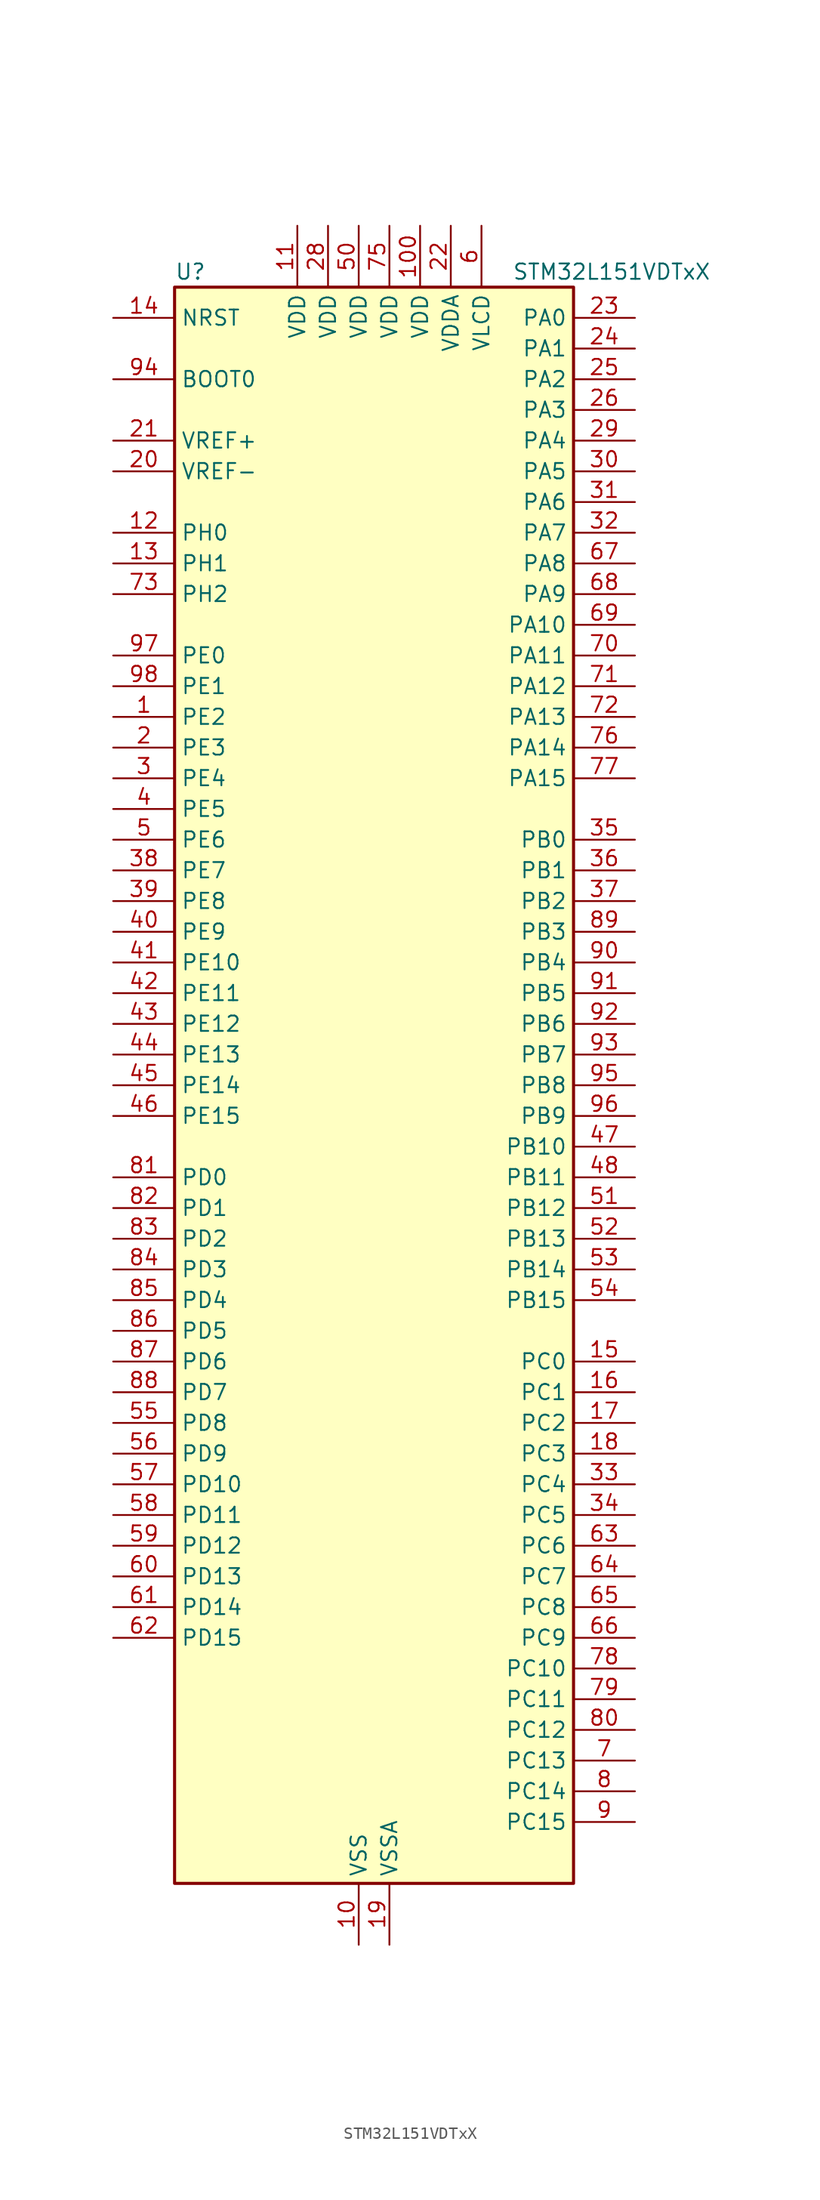
<source format=kicad_sym>
(kicad_symbol_lib
  (version 20231120)
  (generator "kicad-library-utils")
  (generator_version "8.0")
  (symbol "STM32L151VDTxX"
    (property "Reference" "U"
      (at -15.24 67.31 0)
      (effects (font (size 1.27 1.27)) (justify left)))
    (property "Value" "STM32L151VDTxX"
      (at 12.7 67.31 0)
      (effects (font (size 1.27 1.27)) (justify left)))
    (symbol "STM32L151VDTxX_0_1"
      (rectangle (start -15.24 -66.04) (end 17.78 66.04) (stroke (width 0.254) (type default)) (fill (type background))))
    (symbol "STM32L151VDTxX_1_1"
      (pin bidirectional line (at -20.32 30.48 0) (length 5.08) (name "PE2" (effects (font (size 1.27 1.27)))) (number "1" (effects (font (size 1.27 1.27)))) (alternate "SYS_TRACECK" bidirectional line) (alternate "TIM3_ETR" bidirectional line) (alternate "TIMX_IC3" bidirectional line))
      (pin power_in line (at 0 -71.12 90) (length 5.08) (name "VSS" (effects (font (size 1.27 1.27)))) (number "10" (effects (font (size 1.27 1.27)))))
      (pin power_in line (at 5.08 71.12 270) (length 5.08) (name "VDD" (effects (font (size 1.27 1.27)))) (number "100" (effects (font (size 1.27 1.27)))))
      (pin power_in line (at -5.08 71.12 270) (length 5.08) (name "VDD" (effects (font (size 1.27 1.27)))) (number "11" (effects (font (size 1.27 1.27)))))
      (pin bidirectional line (at -20.32 45.72 0) (length 5.08) (name "PH0" (effects (font (size 1.27 1.27)))) (number "12" (effects (font (size 1.27 1.27)))) (alternate "RCC_OSC_IN" bidirectional line))
      (pin bidirectional line (at -20.32 43.18 0) (length 5.08) (name "PH1" (effects (font (size 1.27 1.27)))) (number "13" (effects (font (size 1.27 1.27)))) (alternate "RCC_OSC_OUT" bidirectional line))
      (pin input line (at -20.32 63.5 0) (length 5.08) (name "NRST" (effects (font (size 1.27 1.27)))) (number "14" (effects (font (size 1.27 1.27)))))
      (pin bidirectional line (at 22.86 -22.86 180) (length 5.08) (name "PC0" (effects (font (size 1.27 1.27)))) (number "15" (effects (font (size 1.27 1.27)))) (alternate "ADC_IN10" bidirectional line) (alternate "COMP1_INP" bidirectional line) (alternate "TIMX_IC1" bidirectional line) (alternate "TS_G8_IO1" bidirectional line))
      (pin bidirectional line (at 22.86 -25.4 180) (length 5.08) (name "PC1" (effects (font (size 1.27 1.27)))) (number "16" (effects (font (size 1.27 1.27)))) (alternate "ADC_IN11" bidirectional line) (alternate "COMP1_INP" bidirectional line) (alternate "TIMX_IC2" bidirectional line) (alternate "TS_G8_IO2" bidirectional line))
      (pin bidirectional line (at 22.86 -27.94 180) (length 5.08) (name "PC2" (effects (font (size 1.27 1.27)))) (number "17" (effects (font (size 1.27 1.27)))) (alternate "ADC_IN12" bidirectional line) (alternate "COMP1_INP" bidirectional line) (alternate "TIMX_IC3" bidirectional line) (alternate "TS_G8_IO3" bidirectional line))
      (pin bidirectional line (at 22.86 -30.48 180) (length 5.08) (name "PC3" (effects (font (size 1.27 1.27)))) (number "18" (effects (font (size 1.27 1.27)))) (alternate "ADC_IN13" bidirectional line) (alternate "COMP1_INP" bidirectional line) (alternate "TIMX_IC4" bidirectional line) (alternate "TS_G8_IO4" bidirectional line))
      (pin power_in line (at 2.54 -71.12 90) (length 5.08) (name "VSSA" (effects (font (size 1.27 1.27)))) (number "19" (effects (font (size 1.27 1.27)))))
      (pin bidirectional line (at -20.32 27.94 0) (length 5.08) (name "PE3" (effects (font (size 1.27 1.27)))) (number "2" (effects (font (size 1.27 1.27)))) (alternate "SYS_TRACED0" bidirectional line) (alternate "TIM3_CH1" bidirectional line) (alternate "TIMX_IC4" bidirectional line))
      (pin input line (at -20.32 50.8 0) (length 5.08) (name "VREF-" (effects (font (size 1.27 1.27)))) (number "20" (effects (font (size 1.27 1.27)))))
      (pin input line (at -20.32 53.34 0) (length 5.08) (name "VREF+" (effects (font (size 1.27 1.27)))) (number "21" (effects (font (size 1.27 1.27)))))
      (pin power_in line (at 7.62 71.12 270) (length 5.08) (name "VDDA" (effects (font (size 1.27 1.27)))) (number "22" (effects (font (size 1.27 1.27)))))
      (pin bidirectional line (at 22.86 63.5 180) (length 5.08) (name "PA0" (effects (font (size 1.27 1.27)))) (number "23" (effects (font (size 1.27 1.27)))) (alternate "ADC_IN0" bidirectional line) (alternate "COMP1_INP" bidirectional line) (alternate "RTC_TAMP2" bidirectional line) (alternate "SYS_WKUP1" bidirectional line) (alternate "TIM2_CH1" bidirectional line) (alternate "TIM2_ETR" bidirectional line) (alternate "TIM5_CH1" bidirectional line) (alternate "TIMX_IC1" bidirectional line) (alternate "TS_G1_IO1" bidirectional line) (alternate "USART2_CTS" bidirectional line))
      (pin bidirectional line (at 22.86 60.96 180) (length 5.08) (name "PA1" (effects (font (size 1.27 1.27)))) (number "24" (effects (font (size 1.27 1.27)))) (alternate "ADC_IN1" bidirectional line) (alternate "COMP1_INP" bidirectional line) (alternate "OPAMP1_VINP" bidirectional line) (alternate "TIM2_CH2" bidirectional line) (alternate "TIM5_CH2" bidirectional line) (alternate "TIMX_IC2" bidirectional line) (alternate "TS_G1_IO2" bidirectional line) (alternate "USART2_RTS" bidirectional line))
      (pin bidirectional line (at 22.86 58.42 180) (length 5.08) (name "PA2" (effects (font (size 1.27 1.27)))) (number "25" (effects (font (size 1.27 1.27)))) (alternate "ADC_IN2" bidirectional line) (alternate "COMP1_INP" bidirectional line) (alternate "OPAMP1_VINM" bidirectional line) (alternate "TIM2_CH3" bidirectional line) (alternate "TIM5_CH3" bidirectional line) (alternate "TIM9_CH1" bidirectional line) (alternate "TIMX_IC3" bidirectional line) (alternate "TS_G1_IO3" bidirectional line) (alternate "USART2_TX" bidirectional line))
      (pin bidirectional line (at 22.86 55.88 180) (length 5.08) (name "PA3" (effects (font (size 1.27 1.27)))) (number "26" (effects (font (size 1.27 1.27)))) (alternate "ADC_IN3" bidirectional line) (alternate "COMP1_INP" bidirectional line) (alternate "OPAMP1_VOUT" bidirectional line) (alternate "TIM2_CH4" bidirectional line) (alternate "TIM5_CH4" bidirectional line) (alternate "TIM9_CH2" bidirectional line) (alternate "TIMX_IC4" bidirectional line) (alternate "TS_G1_IO4" bidirectional line) (alternate "USART2_RX" bidirectional line))
      (pin passive line (at 0 -71.12 90) (length 5.08) hide (name "VSS" (effects (font (size 1.27 1.27)))) (number "27" (effects (font (size 1.27 1.27)))))
      (pin power_in line (at -2.54 71.12 270) (length 5.08) (name "VDD" (effects (font (size 1.27 1.27)))) (number "28" (effects (font (size 1.27 1.27)))))
      (pin bidirectional line (at 22.86 53.34 180) (length 5.08) (name "PA4" (effects (font (size 1.27 1.27)))) (number "29" (effects (font (size 1.27 1.27)))) (alternate "ADC_IN4" bidirectional line) (alternate "COMP1_INP" bidirectional line) (alternate "DAC_OUT1" bidirectional line) (alternate "I2S3_WS" bidirectional line) (alternate "SPI1_NSS" bidirectional line) (alternate "SPI3_NSS" bidirectional line) (alternate "TIMX_IC1" bidirectional line) (alternate "USART2_CK" bidirectional line))
      (pin bidirectional line (at -20.32 25.4 0) (length 5.08) (name "PE4" (effects (font (size 1.27 1.27)))) (number "3" (effects (font (size 1.27 1.27)))) (alternate "SYS_TRACED1" bidirectional line) (alternate "TIM3_CH2" bidirectional line) (alternate "TIMX_IC1" bidirectional line))
      (pin bidirectional line (at 22.86 50.8 180) (length 5.08) (name "PA5" (effects (font (size 1.27 1.27)))) (number "30" (effects (font (size 1.27 1.27)))) (alternate "ADC_IN5" bidirectional line) (alternate "COMP1_INP" bidirectional line) (alternate "DAC_OUT2" bidirectional line) (alternate "SPI1_SCK" bidirectional line) (alternate "TIM2_CH1" bidirectional line) (alternate "TIM2_ETR" bidirectional line) (alternate "TIMX_IC2" bidirectional line))
      (pin bidirectional line (at 22.86 48.26 180) (length 5.08) (name "PA6" (effects (font (size 1.27 1.27)))) (number "31" (effects (font (size 1.27 1.27)))) (alternate "ADC_IN6" bidirectional line) (alternate "COMP1_INP" bidirectional line) (alternate "OPAMP2_VINP" bidirectional line) (alternate "SPI1_MISO" bidirectional line) (alternate "TIM10_CH1" bidirectional line) (alternate "TIM3_CH1" bidirectional line) (alternate "TIMX_IC3" bidirectional line) (alternate "TS_G2_IO1" bidirectional line))
      (pin bidirectional line (at 22.86 45.72 180) (length 5.08) (name "PA7" (effects (font (size 1.27 1.27)))) (number "32" (effects (font (size 1.27 1.27)))) (alternate "ADC_IN7" bidirectional line) (alternate "COMP1_INP" bidirectional line) (alternate "OPAMP2_VINM" bidirectional line) (alternate "SPI1_MOSI" bidirectional line) (alternate "TIM11_CH1" bidirectional line) (alternate "TIM3_CH2" bidirectional line) (alternate "TIMX_IC4" bidirectional line) (alternate "TS_G2_IO2" bidirectional line))
      (pin bidirectional line (at 22.86 -33.02 180) (length 5.08) (name "PC4" (effects (font (size 1.27 1.27)))) (number "33" (effects (font (size 1.27 1.27)))) (alternate "ADC_IN14" bidirectional line) (alternate "COMP1_INP" bidirectional line) (alternate "TIMX_IC1" bidirectional line) (alternate "TS_G9_IO1" bidirectional line))
      (pin bidirectional line (at 22.86 -35.56 180) (length 5.08) (name "PC5" (effects (font (size 1.27 1.27)))) (number "34" (effects (font (size 1.27 1.27)))) (alternate "ADC_IN15" bidirectional line) (alternate "COMP1_INP" bidirectional line) (alternate "TIMX_IC2" bidirectional line) (alternate "TS_G9_IO2" bidirectional line))
      (pin bidirectional line (at 22.86 20.32 180) (length 5.08) (name "PB0" (effects (font (size 1.27 1.27)))) (number "35" (effects (font (size 1.27 1.27)))) (alternate "ADC_IN8" bidirectional line) (alternate "COMP1_INP" bidirectional line) (alternate "OPAMP2_VOUT" bidirectional line) (alternate "SYS_V_REF_OUT" bidirectional line) (alternate "TIM3_CH3" bidirectional line) (alternate "TS_G3_IO1" bidirectional line))
      (pin bidirectional line (at 22.86 17.78 180) (length 5.08) (name "PB1" (effects (font (size 1.27 1.27)))) (number "36" (effects (font (size 1.27 1.27)))) (alternate "ADC_IN9" bidirectional line) (alternate "COMP1_INP" bidirectional line) (alternate "SYS_V_REF_OUT" bidirectional line) (alternate "TIM3_CH4" bidirectional line) (alternate "TS_G3_IO2" bidirectional line))
      (pin bidirectional line (at 22.86 15.24 180) (length 5.08) (name "PB2" (effects (font (size 1.27 1.27)))) (number "37" (effects (font (size 1.27 1.27)))) (alternate "ADC_IN0b" bidirectional line) (alternate "TS_G3_IO3" bidirectional line))
      (pin bidirectional line (at -20.32 17.78 0) (length 5.08) (name "PE7" (effects (font (size 1.27 1.27)))) (number "38" (effects (font (size 1.27 1.27)))) (alternate "ADC_IN22" bidirectional line) (alternate "COMP1_INP" bidirectional line) (alternate "TIMX_IC4" bidirectional line))
      (pin bidirectional line (at -20.32 15.24 0) (length 5.08) (name "PE8" (effects (font (size 1.27 1.27)))) (number "39" (effects (font (size 1.27 1.27)))) (alternate "ADC_IN23" bidirectional line) (alternate "COMP1_INP" bidirectional line) (alternate "TIMX_IC1" bidirectional line))
      (pin bidirectional line (at -20.32 22.86 0) (length 5.08) (name "PE5" (effects (font (size 1.27 1.27)))) (number "4" (effects (font (size 1.27 1.27)))) (alternate "SYS_TRACED2" bidirectional line) (alternate "TIM9_CH1" bidirectional line) (alternate "TIMX_IC2" bidirectional line))
      (pin bidirectional line (at -20.32 12.7 0) (length 5.08) (name "PE9" (effects (font (size 1.27 1.27)))) (number "40" (effects (font (size 1.27 1.27)))) (alternate "ADC_IN24" bidirectional line) (alternate "COMP1_INP" bidirectional line) (alternate "DAC_EXTI9" bidirectional line) (alternate "TIM2_CH1" bidirectional line) (alternate "TIM2_ETR" bidirectional line) (alternate "TIMX_IC2" bidirectional line))
      (pin bidirectional line (at -20.32 10.16 0) (length 5.08) (name "PE10" (effects (font (size 1.27 1.27)))) (number "41" (effects (font (size 1.27 1.27)))) (alternate "ADC_IN25" bidirectional line) (alternate "COMP1_INP" bidirectional line) (alternate "TIM2_CH2" bidirectional line) (alternate "TIMX_IC3" bidirectional line))
      (pin bidirectional line (at -20.32 7.62 0) (length 5.08) (name "PE11" (effects (font (size 1.27 1.27)))) (number "42" (effects (font (size 1.27 1.27)))) (alternate "ADC_EXTI11" bidirectional line) (alternate "TIM2_CH3" bidirectional line) (alternate "TIMX_IC4" bidirectional line))
      (pin bidirectional line (at -20.32 5.08 0) (length 5.08) (name "PE12" (effects (font (size 1.27 1.27)))) (number "43" (effects (font (size 1.27 1.27)))) (alternate "SPI1_NSS" bidirectional line) (alternate "TIM2_CH4" bidirectional line) (alternate "TIMX_IC1" bidirectional line))
      (pin bidirectional line (at -20.32 2.54 0) (length 5.08) (name "PE13" (effects (font (size 1.27 1.27)))) (number "44" (effects (font (size 1.27 1.27)))) (alternate "SPI1_SCK" bidirectional line) (alternate "TIMX_IC2" bidirectional line))
      (pin bidirectional line (at -20.32 0 0) (length 5.08) (name "PE14" (effects (font (size 1.27 1.27)))) (number "45" (effects (font (size 1.27 1.27)))) (alternate "SPI1_MISO" bidirectional line) (alternate "TIMX_IC3" bidirectional line))
      (pin bidirectional line (at -20.32 -2.54 0) (length 5.08) (name "PE15" (effects (font (size 1.27 1.27)))) (number "46" (effects (font (size 1.27 1.27)))) (alternate "ADC_EXTI15" bidirectional line) (alternate "SPI1_MOSI" bidirectional line) (alternate "TIMX_IC4" bidirectional line))
      (pin bidirectional line (at 22.86 -5.08 180) (length 5.08) (name "PB10" (effects (font (size 1.27 1.27)))) (number "47" (effects (font (size 1.27 1.27)))) (alternate "I2C2_SCL" bidirectional line) (alternate "TIM2_CH3" bidirectional line) (alternate "USART3_TX" bidirectional line))
      (pin bidirectional line (at 22.86 -7.62 180) (length 5.08) (name "PB11" (effects (font (size 1.27 1.27)))) (number "48" (effects (font (size 1.27 1.27)))) (alternate "ADC_EXTI11" bidirectional line) (alternate "I2C2_SDA" bidirectional line) (alternate "TIM2_CH4" bidirectional line) (alternate "USART3_RX" bidirectional line))
      (pin passive line (at 0 -71.12 90) (length 5.08) hide (name "VSS" (effects (font (size 1.27 1.27)))) (number "49" (effects (font (size 1.27 1.27)))))
      (pin bidirectional line (at -20.32 20.32 0) (length 5.08) (name "PE6" (effects (font (size 1.27 1.27)))) (number "5" (effects (font (size 1.27 1.27)))) (alternate "RTC_TAMP3" bidirectional line) (alternate "SYS_TRACED3" bidirectional line) (alternate "SYS_WKUP3" bidirectional line) (alternate "TIM9_CH2" bidirectional line) (alternate "TIMX_IC3" bidirectional line))
      (pin power_in line (at 0 71.12 270) (length 5.08) (name "VDD" (effects (font (size 1.27 1.27)))) (number "50" (effects (font (size 1.27 1.27)))))
      (pin bidirectional line (at 22.86 -10.16 180) (length 5.08) (name "PB12" (effects (font (size 1.27 1.27)))) (number "51" (effects (font (size 1.27 1.27)))) (alternate "ADC_IN18" bidirectional line) (alternate "COMP1_INP" bidirectional line) (alternate "I2C2_SMBA" bidirectional line) (alternate "I2S2_WS" bidirectional line) (alternate "SPI2_NSS" bidirectional line) (alternate "TIM10_CH1" bidirectional line) (alternate "TS_G7_IO1" bidirectional line) (alternate "USART3_CK" bidirectional line))
      (pin bidirectional line (at 22.86 -12.7 180) (length 5.08) (name "PB13" (effects (font (size 1.27 1.27)))) (number "52" (effects (font (size 1.27 1.27)))) (alternate "ADC_IN19" bidirectional line) (alternate "COMP1_INP" bidirectional line) (alternate "I2S2_CK" bidirectional line) (alternate "SPI2_SCK" bidirectional line) (alternate "TIM9_CH1" bidirectional line) (alternate "TS_G7_IO2" bidirectional line) (alternate "USART3_CTS" bidirectional line))
      (pin bidirectional line (at 22.86 -15.24 180) (length 5.08) (name "PB14" (effects (font (size 1.27 1.27)))) (number "53" (effects (font (size 1.27 1.27)))) (alternate "ADC_IN20" bidirectional line) (alternate "COMP1_INP" bidirectional line) (alternate "SPI2_MISO" bidirectional line) (alternate "TIM9_CH2" bidirectional line) (alternate "TS_G7_IO3" bidirectional line) (alternate "USART3_RTS" bidirectional line))
      (pin bidirectional line (at 22.86 -17.78 180) (length 5.08) (name "PB15" (effects (font (size 1.27 1.27)))) (number "54" (effects (font (size 1.27 1.27)))) (alternate "ADC_EXTI15" bidirectional line) (alternate "ADC_IN21" bidirectional line) (alternate "COMP1_INP" bidirectional line) (alternate "I2S2_SD" bidirectional line) (alternate "RTC_REFIN" bidirectional line) (alternate "SPI2_MOSI" bidirectional line) (alternate "TIM11_CH1" bidirectional line) (alternate "TS_G7_IO4" bidirectional line))
      (pin bidirectional line (at -20.32 -27.94 0) (length 5.08) (name "PD8" (effects (font (size 1.27 1.27)))) (number "55" (effects (font (size 1.27 1.27)))) (alternate "TIMX_IC1" bidirectional line) (alternate "USART3_TX" bidirectional line))
      (pin bidirectional line (at -20.32 -30.48 0) (length 5.08) (name "PD9" (effects (font (size 1.27 1.27)))) (number "56" (effects (font (size 1.27 1.27)))) (alternate "DAC_EXTI9" bidirectional line) (alternate "TIMX_IC2" bidirectional line) (alternate "USART3_RX" bidirectional line))
      (pin bidirectional line (at -20.32 -33.02 0) (length 5.08) (name "PD10" (effects (font (size 1.27 1.27)))) (number "57" (effects (font (size 1.27 1.27)))) (alternate "TIMX_IC3" bidirectional line) (alternate "USART3_CK" bidirectional line))
      (pin bidirectional line (at -20.32 -35.56 0) (length 5.08) (name "PD11" (effects (font (size 1.27 1.27)))) (number "58" (effects (font (size 1.27 1.27)))) (alternate "ADC_EXTI11" bidirectional line) (alternate "TIMX_IC4" bidirectional line) (alternate "USART3_CTS" bidirectional line))
      (pin bidirectional line (at -20.32 -38.1 0) (length 5.08) (name "PD12" (effects (font (size 1.27 1.27)))) (number "59" (effects (font (size 1.27 1.27)))) (alternate "TIM4_CH1" bidirectional line) (alternate "TIMX_IC1" bidirectional line) (alternate "USART3_RTS" bidirectional line))
      (pin power_in line (at 10.16 71.12 270) (length 5.08) (name "VLCD" (effects (font (size 1.27 1.27)))) (number "6" (effects (font (size 1.27 1.27)))))
      (pin bidirectional line (at -20.32 -40.64 0) (length 5.08) (name "PD13" (effects (font (size 1.27 1.27)))) (number "60" (effects (font (size 1.27 1.27)))) (alternate "TIM4_CH2" bidirectional line) (alternate "TIMX_IC2" bidirectional line))
      (pin bidirectional line (at -20.32 -43.18 0) (length 5.08) (name "PD14" (effects (font (size 1.27 1.27)))) (number "61" (effects (font (size 1.27 1.27)))) (alternate "TIM4_CH3" bidirectional line) (alternate "TIMX_IC3" bidirectional line))
      (pin bidirectional line (at -20.32 -45.72 0) (length 5.08) (name "PD15" (effects (font (size 1.27 1.27)))) (number "62" (effects (font (size 1.27 1.27)))) (alternate "ADC_EXTI15" bidirectional line) (alternate "TIM4_CH4" bidirectional line) (alternate "TIMX_IC4" bidirectional line))
      (pin bidirectional line (at 22.86 -38.1 180) (length 5.08) (name "PC6" (effects (font (size 1.27 1.27)))) (number "63" (effects (font (size 1.27 1.27)))) (alternate "I2S2_MCK" bidirectional line) (alternate "TIM3_CH1" bidirectional line) (alternate "TIMX_IC3" bidirectional line) (alternate "TS_G10_IO1" bidirectional line))
      (pin bidirectional line (at 22.86 -40.64 180) (length 5.08) (name "PC7" (effects (font (size 1.27 1.27)))) (number "64" (effects (font (size 1.27 1.27)))) (alternate "I2S3_MCK" bidirectional line) (alternate "TIM3_CH2" bidirectional line) (alternate "TIMX_IC4" bidirectional line) (alternate "TS_G10_IO2" bidirectional line))
      (pin bidirectional line (at 22.86 -43.18 180) (length 5.08) (name "PC8" (effects (font (size 1.27 1.27)))) (number "65" (effects (font (size 1.27 1.27)))) (alternate "TIM3_CH3" bidirectional line) (alternate "TIMX_IC1" bidirectional line) (alternate "TS_G10_IO3" bidirectional line))
      (pin bidirectional line (at 22.86 -45.72 180) (length 5.08) (name "PC9" (effects (font (size 1.27 1.27)))) (number "66" (effects (font (size 1.27 1.27)))) (alternate "DAC_EXTI9" bidirectional line) (alternate "TIM3_CH4" bidirectional line) (alternate "TIMX_IC2" bidirectional line) (alternate "TS_G10_IO4" bidirectional line))
      (pin bidirectional line (at 22.86 43.18 180) (length 5.08) (name "PA8" (effects (font (size 1.27 1.27)))) (number "67" (effects (font (size 1.27 1.27)))) (alternate "RCC_MCO" bidirectional line) (alternate "TIMX_IC1" bidirectional line) (alternate "TS_G4_IO1" bidirectional line) (alternate "USART1_CK" bidirectional line))
      (pin bidirectional line (at 22.86 40.64 180) (length 5.08) (name "PA9" (effects (font (size 1.27 1.27)))) (number "68" (effects (font (size 1.27 1.27)))) (alternate "DAC_EXTI9" bidirectional line) (alternate "TIMX_IC2" bidirectional line) (alternate "TS_G4_IO2" bidirectional line) (alternate "USART1_TX" bidirectional line))
      (pin bidirectional line (at 22.86 38.1 180) (length 5.08) (name "PA10" (effects (font (size 1.27 1.27)))) (number "69" (effects (font (size 1.27 1.27)))) (alternate "TIMX_IC3" bidirectional line) (alternate "TS_G4_IO3" bidirectional line) (alternate "USART1_RX" bidirectional line))
      (pin bidirectional line (at 22.86 -55.88 180) (length 5.08) (name "PC13" (effects (font (size 1.27 1.27)))) (number "7" (effects (font (size 1.27 1.27)))) (alternate "RTC_OUT_ALARM" bidirectional line) (alternate "RTC_OUT_CALIB" bidirectional line) (alternate "RTC_TAMP1" bidirectional line) (alternate "RTC_TS" bidirectional line) (alternate "SYS_WKUP2" bidirectional line) (alternate "TIMX_IC2" bidirectional line))
      (pin bidirectional line (at 22.86 35.56 180) (length 5.08) (name "PA11" (effects (font (size 1.27 1.27)))) (number "70" (effects (font (size 1.27 1.27)))) (alternate "ADC_EXTI11" bidirectional line) (alternate "SPI1_MISO" bidirectional line) (alternate "TIMX_IC4" bidirectional line) (alternate "USART1_CTS" bidirectional line) (alternate "USB_DM" bidirectional line))
      (pin bidirectional line (at 22.86 33.02 180) (length 5.08) (name "PA12" (effects (font (size 1.27 1.27)))) (number "71" (effects (font (size 1.27 1.27)))) (alternate "SPI1_MOSI" bidirectional line) (alternate "TIMX_IC1" bidirectional line) (alternate "USART1_RTS" bidirectional line) (alternate "USB_DP" bidirectional line))
      (pin bidirectional line (at 22.86 30.48 180) (length 5.08) (name "PA13" (effects (font (size 1.27 1.27)))) (number "72" (effects (font (size 1.27 1.27)))) (alternate "SYS_JTMS-SWDIO" bidirectional line) (alternate "TIMX_IC2" bidirectional line) (alternate "TS_G5_IO1" bidirectional line))
      (pin bidirectional line (at -20.32 40.64 0) (length 5.08) (name "PH2" (effects (font (size 1.27 1.27)))) (number "73" (effects (font (size 1.27 1.27)))))
      (pin passive line (at 0 -71.12 90) (length 5.08) hide (name "VSS" (effects (font (size 1.27 1.27)))) (number "74" (effects (font (size 1.27 1.27)))))
      (pin power_in line (at 2.54 71.12 270) (length 5.08) (name "VDD" (effects (font (size 1.27 1.27)))) (number "75" (effects (font (size 1.27 1.27)))))
      (pin bidirectional line (at 22.86 27.94 180) (length 5.08) (name "PA14" (effects (font (size 1.27 1.27)))) (number "76" (effects (font (size 1.27 1.27)))) (alternate "SYS_JTCK-SWCLK" bidirectional line) (alternate "TIMX_IC3" bidirectional line) (alternate "TS_G5_IO2" bidirectional line))
      (pin bidirectional line (at 22.86 25.4 180) (length 5.08) (name "PA15" (effects (font (size 1.27 1.27)))) (number "77" (effects (font (size 1.27 1.27)))) (alternate "ADC_EXTI15" bidirectional line) (alternate "I2S3_WS" bidirectional line) (alternate "SPI1_NSS" bidirectional line) (alternate "SPI3_NSS" bidirectional line) (alternate "SYS_JTDI" bidirectional line) (alternate "TIM2_CH1" bidirectional line) (alternate "TIM2_ETR" bidirectional line) (alternate "TIMX_IC4" bidirectional line) (alternate "TS_G5_IO3" bidirectional line))
      (pin bidirectional line (at 22.86 -48.26 180) (length 5.08) (name "PC10" (effects (font (size 1.27 1.27)))) (number "78" (effects (font (size 1.27 1.27)))) (alternate "I2S3_CK" bidirectional line) (alternate "SPI3_SCK" bidirectional line) (alternate "TIMX_IC3" bidirectional line) (alternate "UART4_TX" bidirectional line) (alternate "USART3_TX" bidirectional line))
      (pin bidirectional line (at 22.86 -50.8 180) (length 5.08) (name "PC11" (effects (font (size 1.27 1.27)))) (number "79" (effects (font (size 1.27 1.27)))) (alternate "ADC_EXTI11" bidirectional line) (alternate "SPI3_MISO" bidirectional line) (alternate "TIMX_IC4" bidirectional line) (alternate "UART4_RX" bidirectional line) (alternate "USART3_RX" bidirectional line))
      (pin bidirectional line (at 22.86 -58.42 180) (length 5.08) (name "PC14" (effects (font (size 1.27 1.27)))) (number "8" (effects (font (size 1.27 1.27)))) (alternate "RCC_OSC32_IN" bidirectional line) (alternate "TIMX_IC3" bidirectional line))
      (pin bidirectional line (at 22.86 -53.34 180) (length 5.08) (name "PC12" (effects (font (size 1.27 1.27)))) (number "80" (effects (font (size 1.27 1.27)))) (alternate "I2S3_SD" bidirectional line) (alternate "SPI3_MOSI" bidirectional line) (alternate "TIMX_IC1" bidirectional line) (alternate "UART5_TX" bidirectional line) (alternate "USART3_CK" bidirectional line))
      (pin bidirectional line (at -20.32 -7.62 0) (length 5.08) (name "PD0" (effects (font (size 1.27 1.27)))) (number "81" (effects (font (size 1.27 1.27)))) (alternate "I2S2_WS" bidirectional line) (alternate "SPI2_NSS" bidirectional line) (alternate "TIM9_CH1" bidirectional line) (alternate "TIMX_IC1" bidirectional line))
      (pin bidirectional line (at -20.32 -10.16 0) (length 5.08) (name "PD1" (effects (font (size 1.27 1.27)))) (number "82" (effects (font (size 1.27 1.27)))) (alternate "I2S2_CK" bidirectional line) (alternate "SPI2_SCK" bidirectional line) (alternate "TIMX_IC2" bidirectional line))
      (pin bidirectional line (at -20.32 -12.7 0) (length 5.08) (name "PD2" (effects (font (size 1.27 1.27)))) (number "83" (effects (font (size 1.27 1.27)))) (alternate "TIM3_ETR" bidirectional line) (alternate "TIMX_IC3" bidirectional line) (alternate "UART5_RX" bidirectional line))
      (pin bidirectional line (at -20.32 -15.24 0) (length 5.08) (name "PD3" (effects (font (size 1.27 1.27)))) (number "84" (effects (font (size 1.27 1.27)))) (alternate "SPI2_MISO" bidirectional line) (alternate "TIMX_IC4" bidirectional line) (alternate "USART2_CTS" bidirectional line))
      (pin bidirectional line (at -20.32 -17.78 0) (length 5.08) (name "PD4" (effects (font (size 1.27 1.27)))) (number "85" (effects (font (size 1.27 1.27)))) (alternate "I2S2_SD" bidirectional line) (alternate "SPI2_MOSI" bidirectional line) (alternate "TIMX_IC1" bidirectional line) (alternate "USART2_RTS" bidirectional line))
      (pin bidirectional line (at -20.32 -20.32 0) (length 5.08) (name "PD5" (effects (font (size 1.27 1.27)))) (number "86" (effects (font (size 1.27 1.27)))) (alternate "TIMX_IC2" bidirectional line) (alternate "USART2_TX" bidirectional line))
      (pin bidirectional line (at -20.32 -22.86 0) (length 5.08) (name "PD6" (effects (font (size 1.27 1.27)))) (number "87" (effects (font (size 1.27 1.27)))) (alternate "TIMX_IC3" bidirectional line) (alternate "USART2_RX" bidirectional line))
      (pin bidirectional line (at -20.32 -25.4 0) (length 5.08) (name "PD7" (effects (font (size 1.27 1.27)))) (number "88" (effects (font (size 1.27 1.27)))) (alternate "TIM9_CH2" bidirectional line) (alternate "TIMX_IC4" bidirectional line) (alternate "USART2_CK" bidirectional line))
      (pin bidirectional line (at 22.86 12.7 180) (length 5.08) (name "PB3" (effects (font (size 1.27 1.27)))) (number "89" (effects (font (size 1.27 1.27)))) (alternate "COMP2_INM" bidirectional line) (alternate "I2S3_CK" bidirectional line) (alternate "SPI1_SCK" bidirectional line) (alternate "SPI3_SCK" bidirectional line) (alternate "SYS_JTDO-TRACESWO" bidirectional line) (alternate "TIM2_CH2" bidirectional line))
      (pin bidirectional line (at 22.86 -60.96 180) (length 5.08) (name "PC15" (effects (font (size 1.27 1.27)))) (number "9" (effects (font (size 1.27 1.27)))) (alternate "ADC_EXTI15" bidirectional line) (alternate "RCC_OSC32_OUT" bidirectional line) (alternate "TIMX_IC4" bidirectional line))
      (pin bidirectional line (at 22.86 10.16 180) (length 5.08) (name "PB4" (effects (font (size 1.27 1.27)))) (number "90" (effects (font (size 1.27 1.27)))) (alternate "COMP2_INP" bidirectional line) (alternate "SPI1_MISO" bidirectional line) (alternate "SPI3_MISO" bidirectional line) (alternate "SYS_JTRST" bidirectional line) (alternate "TIM3_CH1" bidirectional line) (alternate "TS_G6_IO1" bidirectional line))
      (pin bidirectional line (at 22.86 7.62 180) (length 5.08) (name "PB5" (effects (font (size 1.27 1.27)))) (number "91" (effects (font (size 1.27 1.27)))) (alternate "COMP2_INP" bidirectional line) (alternate "I2C1_SMBA" bidirectional line) (alternate "I2S3_SD" bidirectional line) (alternate "SPI1_MOSI" bidirectional line) (alternate "SPI3_MOSI" bidirectional line) (alternate "TIM3_CH2" bidirectional line) (alternate "TS_G6_IO2" bidirectional line))
      (pin bidirectional line (at 22.86 5.08 180) (length 5.08) (name "PB6" (effects (font (size 1.27 1.27)))) (number "92" (effects (font (size 1.27 1.27)))) (alternate "COMP2_INP" bidirectional line) (alternate "I2C1_SCL" bidirectional line) (alternate "TIM4_CH1" bidirectional line) (alternate "TS_G6_IO3" bidirectional line) (alternate "USART1_TX" bidirectional line))
      (pin bidirectional line (at 22.86 2.54 180) (length 5.08) (name "PB7" (effects (font (size 1.27 1.27)))) (number "93" (effects (font (size 1.27 1.27)))) (alternate "COMP2_INP" bidirectional line) (alternate "I2C1_SDA" bidirectional line) (alternate "SYS_PVD_IN" bidirectional line) (alternate "TIM4_CH2" bidirectional line) (alternate "TS_G6_IO4" bidirectional line) (alternate "USART1_RX" bidirectional line))
      (pin input line (at -20.32 58.42 0) (length 5.08) (name "BOOT0" (effects (font (size 1.27 1.27)))) (number "94" (effects (font (size 1.27 1.27)))))
      (pin bidirectional line (at 22.86 0 180) (length 5.08) (name "PB8" (effects (font (size 1.27 1.27)))) (number "95" (effects (font (size 1.27 1.27)))) (alternate "I2C1_SCL" bidirectional line) (alternate "TIM10_CH1" bidirectional line) (alternate "TIM4_CH3" bidirectional line))
      (pin bidirectional line (at 22.86 -2.54 180) (length 5.08) (name "PB9" (effects (font (size 1.27 1.27)))) (number "96" (effects (font (size 1.27 1.27)))) (alternate "DAC_EXTI9" bidirectional line) (alternate "I2C1_SDA" bidirectional line) (alternate "TIM11_CH1" bidirectional line) (alternate "TIM4_CH4" bidirectional line))
      (pin bidirectional line (at -20.32 35.56 0) (length 5.08) (name "PE0" (effects (font (size 1.27 1.27)))) (number "97" (effects (font (size 1.27 1.27)))) (alternate "TIM10_CH1" bidirectional line) (alternate "TIM4_ETR" bidirectional line) (alternate "TIMX_IC1" bidirectional line))
      (pin bidirectional line (at -20.32 33.02 0) (length 5.08) (name "PE1" (effects (font (size 1.27 1.27)))) (number "98" (effects (font (size 1.27 1.27)))) (alternate "TIM11_CH1" bidirectional line) (alternate "TIMX_IC2" bidirectional line))
      (pin passive line (at 0 -71.12 90) (length 5.08) hide (name "VSS" (effects (font (size 1.27 1.27)))) (number "99" (effects (font (size 1.27 1.27))))))))
</source>
